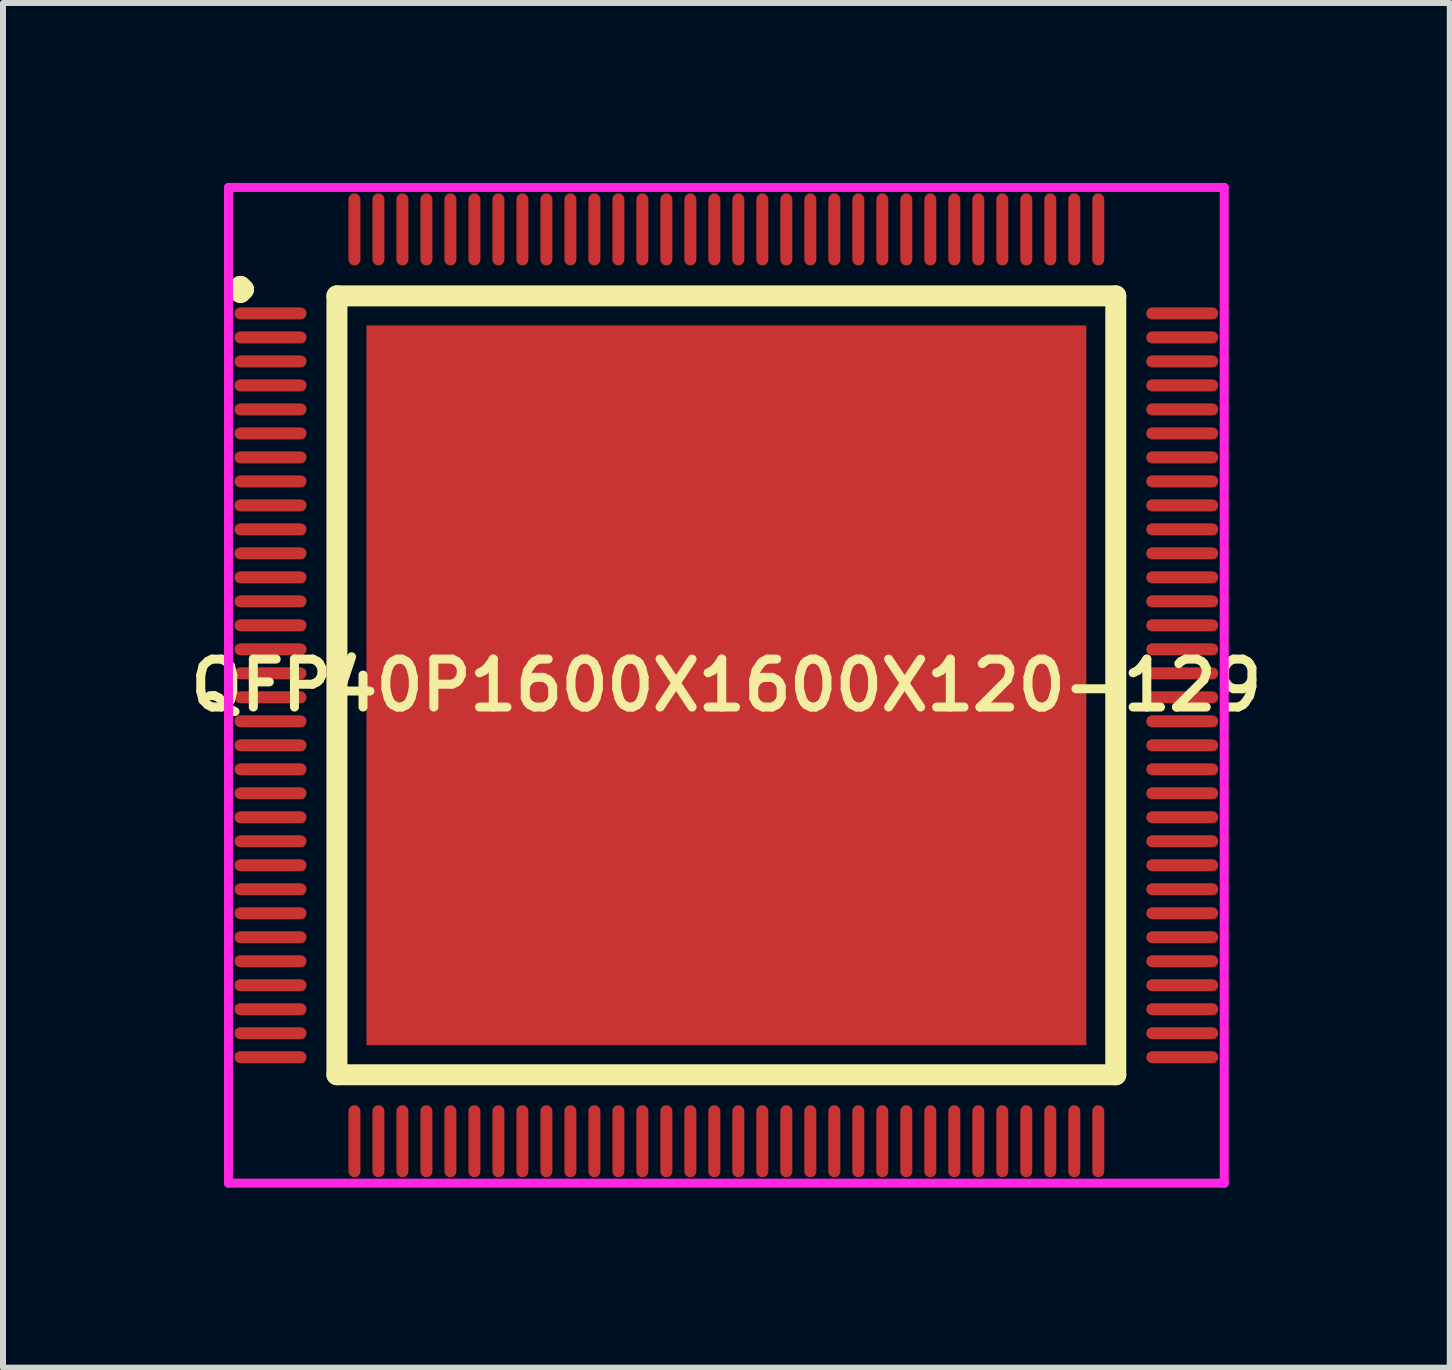
<source format=kicad_pcb>
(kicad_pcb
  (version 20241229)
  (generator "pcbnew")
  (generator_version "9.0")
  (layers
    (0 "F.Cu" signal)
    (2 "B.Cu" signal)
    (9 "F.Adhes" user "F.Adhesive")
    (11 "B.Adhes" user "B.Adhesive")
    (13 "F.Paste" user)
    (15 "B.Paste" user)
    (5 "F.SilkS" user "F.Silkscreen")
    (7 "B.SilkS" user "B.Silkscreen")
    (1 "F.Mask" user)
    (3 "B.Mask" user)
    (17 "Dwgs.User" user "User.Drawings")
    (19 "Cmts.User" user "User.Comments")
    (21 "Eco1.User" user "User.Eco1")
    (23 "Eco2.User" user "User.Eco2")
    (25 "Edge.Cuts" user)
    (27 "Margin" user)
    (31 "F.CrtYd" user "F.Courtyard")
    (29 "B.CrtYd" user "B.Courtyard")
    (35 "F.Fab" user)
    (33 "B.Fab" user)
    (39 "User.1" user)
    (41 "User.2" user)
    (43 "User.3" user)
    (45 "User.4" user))
  (footprint "QFP40P1600X1600X120-129"
    (layer "F.Cu")
    (at 9.059 8.375)
    (property "Reference" "QFP40P1600X1600X120-129" (at 0 0 0) (layer "F.SilkS") (effects (font (size 0.8 0.8) (thickness 0.15))))
    (attr smd)
    (fp_line (start -8.15 -6.6) (end -8.1 -6.65) (stroke (width 0.35) (type solid)) (layer "F.SilkS"))
    (fp_line (start -8.1 -6.65) (end -8.05 -6.6) (stroke (width 0.35) (type solid)) (layer "F.SilkS"))
    (fp_line (start -8.1 -6.55) (end -8.15 -6.6) (stroke (width 0.35) (type solid)) (layer "F.SilkS"))
    (fp_line (start -8.05 -6.6) (end -8.1 -6.55) (stroke (width 0.35) (type solid)) (layer "F.SilkS"))
    (fp_line (start -6.492 -6.492) (end -6.492 6.492) (stroke (width 0.35) (type solid)) (layer "F.SilkS"))
    (fp_line (start -6.492 6.492) (end 6.492 6.492) (stroke (width 0.35) (type solid)) (layer "F.SilkS"))
    (fp_line (start 6.492 -6.492) (end -6.492 -6.492) (stroke (width 0.35) (type solid)) (layer "F.SilkS"))
    (fp_line (start 6.492 6.492) (end 6.492 -6.492) (stroke (width 0.35) (type solid)) (layer "F.SilkS"))
    (fp_line (start -8.3 -8.3) (end 8.3 -8.3) (stroke (width 0.15) (type solid)) (layer "F.CrtYd"))
    (fp_line (start -8.3 8.3) (end -8.3 -8.3) (stroke (width 0.15) (type solid)) (layer "F.CrtYd"))
    (fp_line (start 8.3 -8.3) (end 8.3 8.3) (stroke (width 0.15) (type solid)) (layer "F.CrtYd"))
    (fp_line (start 8.3 8.3) (end -8.3 8.3) (stroke (width 0.15) (type solid)) (layer "F.CrtYd"))
    (pad "1" smd oval (at -7.6 -6.2) (size 1.2 0.2) (layers "F.Cu" "F.Mask" "F.Paste"))
    (pad "2" smd oval (at -7.6 -5.8) (size 1.2 0.2) (layers "F.Cu" "F.Mask" "F.Paste"))
    (pad "3" smd oval (at -7.6 -5.4) (size 1.2 0.2) (layers "F.Cu" "F.Mask" "F.Paste"))
    (pad "4" smd oval (at -7.6 -5) (size 1.2 0.2) (layers "F.Cu" "F.Mask" "F.Paste"))
    (pad "5" smd oval (at -7.6 -4.6) (size 1.2 0.2) (layers "F.Cu" "F.Mask" "F.Paste"))
    (pad "6" smd oval (at -7.6 -4.2) (size 1.2 0.2) (layers "F.Cu" "F.Mask" "F.Paste"))
    (pad "7" smd oval (at -7.6 -3.8) (size 1.2 0.2) (layers "F.Cu" "F.Mask" "F.Paste"))
    (pad "8" smd oval (at -7.6 -3.4) (size 1.2 0.2) (layers "F.Cu" "F.Mask" "F.Paste"))
    (pad "9" smd oval (at -7.6 -3) (size 1.2 0.2) (layers "F.Cu" "F.Mask" "F.Paste"))
    (pad "10" smd oval (at -7.6 -2.6) (size 1.2 0.2) (layers "F.Cu" "F.Mask" "F.Paste"))
    (pad "11" smd oval (at -7.6 -2.2) (size 1.2 0.2) (layers "F.Cu" "F.Mask" "F.Paste"))
    (pad "12" smd oval (at -7.6 -1.8) (size 1.2 0.2) (layers "F.Cu" "F.Mask" "F.Paste"))
    (pad "13" smd oval (at -7.6 -1.4) (size 1.2 0.2) (layers "F.Cu" "F.Mask" "F.Paste"))
    (pad "14" smd oval (at -7.6 -1) (size 1.2 0.2) (layers "F.Cu" "F.Mask" "F.Paste"))
    (pad "15" smd oval (at -7.6 -0.6) (size 1.2 0.2) (layers "F.Cu" "F.Mask" "F.Paste"))
    (pad "16" smd oval (at -7.6 -0.2) (size 1.2 0.2) (layers "F.Cu" "F.Mask" "F.Paste"))
    (pad "17" smd oval (at -7.6 0.2) (size 1.2 0.2) (layers "F.Cu" "F.Mask" "F.Paste"))
    (pad "18" smd oval (at -7.6 0.6) (size 1.2 0.2) (layers "F.Cu" "F.Mask" "F.Paste"))
    (pad "19" smd oval (at -7.6 1) (size 1.2 0.2) (layers "F.Cu" "F.Mask" "F.Paste"))
    (pad "20" smd oval (at -7.6 1.4) (size 1.2 0.2) (layers "F.Cu" "F.Mask" "F.Paste"))
    (pad "21" smd oval (at -7.6 1.8) (size 1.2 0.2) (layers "F.Cu" "F.Mask" "F.Paste"))
    (pad "22" smd oval (at -7.6 2.2) (size 1.2 0.2) (layers "F.Cu" "F.Mask" "F.Paste"))
    (pad "23" smd oval (at -7.6 2.6) (size 1.2 0.2) (layers "F.Cu" "F.Mask" "F.Paste"))
    (pad "24" smd oval (at -7.6 3) (size 1.2 0.2) (layers "F.Cu" "F.Mask" "F.Paste"))
    (pad "25" smd oval (at -7.6 3.4) (size 1.2 0.2) (layers "F.Cu" "F.Mask" "F.Paste"))
    (pad "26" smd oval (at -7.6 3.8) (size 1.2 0.2) (layers "F.Cu" "F.Mask" "F.Paste"))
    (pad "27" smd oval (at -7.6 4.2) (size 1.2 0.2) (layers "F.Cu" "F.Mask" "F.Paste"))
    (pad "28" smd oval (at -7.6 4.6) (size 1.2 0.2) (layers "F.Cu" "F.Mask" "F.Paste"))
    (pad "29" smd oval (at -7.6 5) (size 1.2 0.2) (layers "F.Cu" "F.Mask" "F.Paste"))
    (pad "30" smd oval (at -7.6 5.4) (size 1.2 0.2) (layers "F.Cu" "F.Mask" "F.Paste"))
    (pad "31" smd oval (at -7.6 5.8) (size 1.2 0.2) (layers "F.Cu" "F.Mask" "F.Paste"))
    (pad "32" smd oval (at -7.6 6.2) (size 1.2 0.2) (layers "F.Cu" "F.Mask" "F.Paste"))
    (pad "33" smd oval (at -6.2 7.6) (size 0.2 1.2) (layers "F.Cu" "F.Mask" "F.Paste"))
    (pad "34" smd oval (at -5.8 7.6) (size 0.2 1.2) (layers "F.Cu" "F.Mask" "F.Paste"))
    (pad "35" smd oval (at -5.4 7.6) (size 0.2 1.2) (layers "F.Cu" "F.Mask" "F.Paste"))
    (pad "36" smd oval (at -5 7.6) (size 0.2 1.2) (layers "F.Cu" "F.Mask" "F.Paste"))
    (pad "37" smd oval (at -4.6 7.6) (size 0.2 1.2) (layers "F.Cu" "F.Mask" "F.Paste"))
    (pad "38" smd oval (at -4.2 7.6) (size 0.2 1.2) (layers "F.Cu" "F.Mask" "F.Paste"))
    (pad "39" smd oval (at -3.8 7.6) (size 0.2 1.2) (layers "F.Cu" "F.Mask" "F.Paste"))
    (pad "40" smd oval (at -3.4 7.6) (size 0.2 1.2) (layers "F.Cu" "F.Mask" "F.Paste"))
    (pad "41" smd oval (at -3 7.6) (size 0.2 1.2) (layers "F.Cu" "F.Mask" "F.Paste"))
    (pad "42" smd oval (at -2.6 7.6) (size 0.2 1.2) (layers "F.Cu" "F.Mask" "F.Paste"))
    (pad "43" smd oval (at -2.2 7.6) (size 0.2 1.2) (layers "F.Cu" "F.Mask" "F.Paste"))
    (pad "44" smd oval (at -1.8 7.6) (size 0.2 1.2) (layers "F.Cu" "F.Mask" "F.Paste"))
    (pad "45" smd oval (at -1.4 7.6) (size 0.2 1.2) (layers "F.Cu" "F.Mask" "F.Paste"))
    (pad "46" smd oval (at -1 7.6) (size 0.2 1.2) (layers "F.Cu" "F.Mask" "F.Paste"))
    (pad "47" smd oval (at -0.6 7.6) (size 0.2 1.2) (layers "F.Cu" "F.Mask" "F.Paste"))
    (pad "48" smd oval (at -0.2 7.6) (size 0.2 1.2) (layers "F.Cu" "F.Mask" "F.Paste"))
    (pad "49" smd oval (at 0.2 7.6) (size 0.2 1.2) (layers "F.Cu" "F.Mask" "F.Paste"))
    (pad "50" smd oval (at 0.6 7.6) (size 0.2 1.2) (layers "F.Cu" "F.Mask" "F.Paste"))
    (pad "51" smd oval (at 1 7.6) (size 0.2 1.2) (layers "F.Cu" "F.Mask" "F.Paste"))
    (pad "52" smd oval (at 1.4 7.6) (size 0.2 1.2) (layers "F.Cu" "F.Mask" "F.Paste"))
    (pad "53" smd oval (at 1.8 7.6) (size 0.2 1.2) (layers "F.Cu" "F.Mask" "F.Paste"))
    (pad "54" smd oval (at 2.2 7.6) (size 0.2 1.2) (layers "F.Cu" "F.Mask" "F.Paste"))
    (pad "55" smd oval (at 2.6 7.6) (size 0.2 1.2) (layers "F.Cu" "F.Mask" "F.Paste"))
    (pad "56" smd oval (at 3 7.6) (size 0.2 1.2) (layers "F.Cu" "F.Mask" "F.Paste"))
    (pad "57" smd oval (at 3.4 7.6) (size 0.2 1.2) (layers "F.Cu" "F.Mask" "F.Paste"))
    (pad "58" smd oval (at 3.8 7.6) (size 0.2 1.2) (layers "F.Cu" "F.Mask" "F.Paste"))
    (pad "59" smd oval (at 4.2 7.6) (size 0.2 1.2) (layers "F.Cu" "F.Mask" "F.Paste"))
    (pad "60" smd oval (at 4.6 7.6) (size 0.2 1.2) (layers "F.Cu" "F.Mask" "F.Paste"))
    (pad "61" smd oval (at 5 7.6) (size 0.2 1.2) (layers "F.Cu" "F.Mask" "F.Paste"))
    (pad "62" smd oval (at 5.4 7.6) (size 0.2 1.2) (layers "F.Cu" "F.Mask" "F.Paste"))
    (pad "63" smd oval (at 5.8 7.6) (size 0.2 1.2) (layers "F.Cu" "F.Mask" "F.Paste"))
    (pad "64" smd oval (at 6.2 7.6) (size 0.2 1.2) (layers "F.Cu" "F.Mask" "F.Paste"))
    (pad "65" smd oval (at 7.6 6.2) (size 1.2 0.2) (layers "F.Cu" "F.Mask" "F.Paste"))
    (pad "66" smd oval (at 7.6 5.8) (size 1.2 0.2) (layers "F.Cu" "F.Mask" "F.Paste"))
    (pad "67" smd oval (at 7.6 5.4) (size 1.2 0.2) (layers "F.Cu" "F.Mask" "F.Paste"))
    (pad "68" smd oval (at 7.6 5) (size 1.2 0.2) (layers "F.Cu" "F.Mask" "F.Paste"))
    (pad "69" smd oval (at 7.6 4.6) (size 1.2 0.2) (layers "F.Cu" "F.Mask" "F.Paste"))
    (pad "70" smd oval (at 7.6 4.2) (size 1.2 0.2) (layers "F.Cu" "F.Mask" "F.Paste"))
    (pad "71" smd oval (at 7.6 3.8) (size 1.2 0.2) (layers "F.Cu" "F.Mask" "F.Paste"))
    (pad "72" smd oval (at 7.6 3.4) (size 1.2 0.2) (layers "F.Cu" "F.Mask" "F.Paste"))
    (pad "73" smd oval (at 7.6 3) (size 1.2 0.2) (layers "F.Cu" "F.Mask" "F.Paste"))
    (pad "74" smd oval (at 7.6 2.6) (size 1.2 0.2) (layers "F.Cu" "F.Mask" "F.Paste"))
    (pad "75" smd oval (at 7.6 2.2) (size 1.2 0.2) (layers "F.Cu" "F.Mask" "F.Paste"))
    (pad "76" smd oval (at 7.6 1.8) (size 1.2 0.2) (layers "F.Cu" "F.Mask" "F.Paste"))
    (pad "77" smd oval (at 7.6 1.4) (size 1.2 0.2) (layers "F.Cu" "F.Mask" "F.Paste"))
    (pad "78" smd oval (at 7.6 1) (size 1.2 0.2) (layers "F.Cu" "F.Mask" "F.Paste"))
    (pad "79" smd oval (at 7.6 0.6) (size 1.2 0.2) (layers "F.Cu" "F.Mask" "F.Paste"))
    (pad "80" smd oval (at 7.6 0.2) (size 1.2 0.2) (layers "F.Cu" "F.Mask" "F.Paste"))
    (pad "81" smd oval (at 7.6 -0.2) (size 1.2 0.2) (layers "F.Cu" "F.Mask" "F.Paste"))
    (pad "82" smd oval (at 7.6 -0.6) (size 1.2 0.2) (layers "F.Cu" "F.Mask" "F.Paste"))
    (pad "83" smd oval (at 7.6 -1) (size 1.2 0.2) (layers "F.Cu" "F.Mask" "F.Paste"))
    (pad "84" smd oval (at 7.6 -1.4) (size 1.2 0.2) (layers "F.Cu" "F.Mask" "F.Paste"))
    (pad "85" smd oval (at 7.6 -1.8) (size 1.2 0.2) (layers "F.Cu" "F.Mask" "F.Paste"))
    (pad "86" smd oval (at 7.6 -2.2) (size 1.2 0.2) (layers "F.Cu" "F.Mask" "F.Paste"))
    (pad "87" smd oval (at 7.6 -2.6) (size 1.2 0.2) (layers "F.Cu" "F.Mask" "F.Paste"))
    (pad "88" smd oval (at 7.6 -3) (size 1.2 0.2) (layers "F.Cu" "F.Mask" "F.Paste"))
    (pad "89" smd oval (at 7.6 -3.4) (size 1.2 0.2) (layers "F.Cu" "F.Mask" "F.Paste"))
    (pad "90" smd oval (at 7.6 -3.8) (size 1.2 0.2) (layers "F.Cu" "F.Mask" "F.Paste"))
    (pad "91" smd oval (at 7.6 -4.2) (size 1.2 0.2) (layers "F.Cu" "F.Mask" "F.Paste"))
    (pad "92" smd oval (at 7.6 -4.6) (size 1.2 0.2) (layers "F.Cu" "F.Mask" "F.Paste"))
    (pad "93" smd oval (at 7.6 -5) (size 1.2 0.2) (layers "F.Cu" "F.Mask" "F.Paste"))
    (pad "94" smd oval (at 7.6 -5.4) (size 1.2 0.2) (layers "F.Cu" "F.Mask" "F.Paste"))
    (pad "95" smd oval (at 7.6 -5.8) (size 1.2 0.2) (layers "F.Cu" "F.Mask" "F.Paste"))
    (pad "96" smd oval (at 7.6 -6.2) (size 1.2 0.2) (layers "F.Cu" "F.Mask" "F.Paste"))
    (pad "97" smd oval (at 6.2 -7.6) (size 0.2 1.2) (layers "F.Cu" "F.Mask" "F.Paste"))
    (pad "98" smd oval (at 5.8 -7.6) (size 0.2 1.2) (layers "F.Cu" "F.Mask" "F.Paste"))
    (pad "99" smd oval (at 5.4 -7.6) (size 0.2 1.2) (layers "F.Cu" "F.Mask" "F.Paste"))
    (pad "100" smd oval (at 5 -7.6) (size 0.2 1.2) (layers "F.Cu" "F.Mask" "F.Paste"))
    (pad "101" smd oval (at 4.6 -7.6) (size 0.2 1.2) (layers "F.Cu" "F.Mask" "F.Paste"))
    (pad "102" smd oval (at 4.2 -7.6) (size 0.2 1.2) (layers "F.Cu" "F.Mask" "F.Paste"))
    (pad "103" smd oval (at 3.8 -7.6) (size 0.2 1.2) (layers "F.Cu" "F.Mask" "F.Paste"))
    (pad "104" smd oval (at 3.4 -7.6) (size 0.2 1.2) (layers "F.Cu" "F.Mask" "F.Paste"))
    (pad "105" smd oval (at 3 -7.6) (size 0.2 1.2) (layers "F.Cu" "F.Mask" "F.Paste"))
    (pad "106" smd oval (at 2.6 -7.6) (size 0.2 1.2) (layers "F.Cu" "F.Mask" "F.Paste"))
    (pad "107" smd oval (at 2.2 -7.6) (size 0.2 1.2) (layers "F.Cu" "F.Mask" "F.Paste"))
    (pad "108" smd oval (at 1.8 -7.6) (size 0.2 1.2) (layers "F.Cu" "F.Mask" "F.Paste"))
    (pad "109" smd oval (at 1.4 -7.6) (size 0.2 1.2) (layers "F.Cu" "F.Mask" "F.Paste"))
    (pad "110" smd oval (at 1 -7.6) (size 0.2 1.2) (layers "F.Cu" "F.Mask" "F.Paste"))
    (pad "111" smd oval (at 0.6 -7.6) (size 0.2 1.2) (layers "F.Cu" "F.Mask" "F.Paste"))
    (pad "112" smd oval (at 0.2 -7.6) (size 0.2 1.2) (layers "F.Cu" "F.Mask" "F.Paste"))
    (pad "113" smd oval (at -0.2 -7.6) (size 0.2 1.2) (layers "F.Cu" "F.Mask" "F.Paste"))
    (pad "114" smd oval (at -0.6 -7.6) (size 0.2 1.2) (layers "F.Cu" "F.Mask" "F.Paste"))
    (pad "115" smd oval (at -1 -7.6) (size 0.2 1.2) (layers "F.Cu" "F.Mask" "F.Paste"))
    (pad "116" smd oval (at -1.4 -7.6) (size 0.2 1.2) (layers "F.Cu" "F.Mask" "F.Paste"))
    (pad "117" smd oval (at -1.8 -7.6) (size 0.2 1.2) (layers "F.Cu" "F.Mask" "F.Paste"))
    (pad "118" smd oval (at -2.2 -7.6) (size 0.2 1.2) (layers "F.Cu" "F.Mask" "F.Paste"))
    (pad "119" smd oval (at -2.6 -7.6) (size 0.2 1.2) (layers "F.Cu" "F.Mask" "F.Paste"))
    (pad "120" smd oval (at -3 -7.6) (size 0.2 1.2) (layers "F.Cu" "F.Mask" "F.Paste"))
    (pad "121" smd oval (at -3.4 -7.6) (size 0.2 1.2) (layers "F.Cu" "F.Mask" "F.Paste"))
    (pad "122" smd oval (at -3.8 -7.6) (size 0.2 1.2) (layers "F.Cu" "F.Mask" "F.Paste"))
    (pad "123" smd oval (at -4.2 -7.6) (size 0.2 1.2) (layers "F.Cu" "F.Mask" "F.Paste"))
    (pad "124" smd oval (at -4.6 -7.6) (size 0.2 1.2) (layers "F.Cu" "F.Mask" "F.Paste"))
    (pad "125" smd oval (at -5 -7.6) (size 0.2 1.2) (layers "F.Cu" "F.Mask" "F.Paste"))
    (pad "126" smd oval (at -5.4 -7.6) (size 0.2 1.2) (layers "F.Cu" "F.Mask" "F.Paste"))
    (pad "127" smd oval (at -5.8 -7.6) (size 0.2 1.2) (layers "F.Cu" "F.Mask" "F.Paste"))
    (pad "128" smd oval (at -6.2 -7.6) (size 0.2 1.2) (layers "F.Cu" "F.Mask" "F.Paste"))
    (pad "129" smd rect (at 0 0) (size 12 12) (layers "F.Cu" "F.Mask" "F.Paste")))
  (gr_rect
    (start -3 -3)
    (end 21.119 19.75)
    (stroke (width 0.1) (type default))
    (fill no)
    (layer "Edge.Cuts")))
</source>
